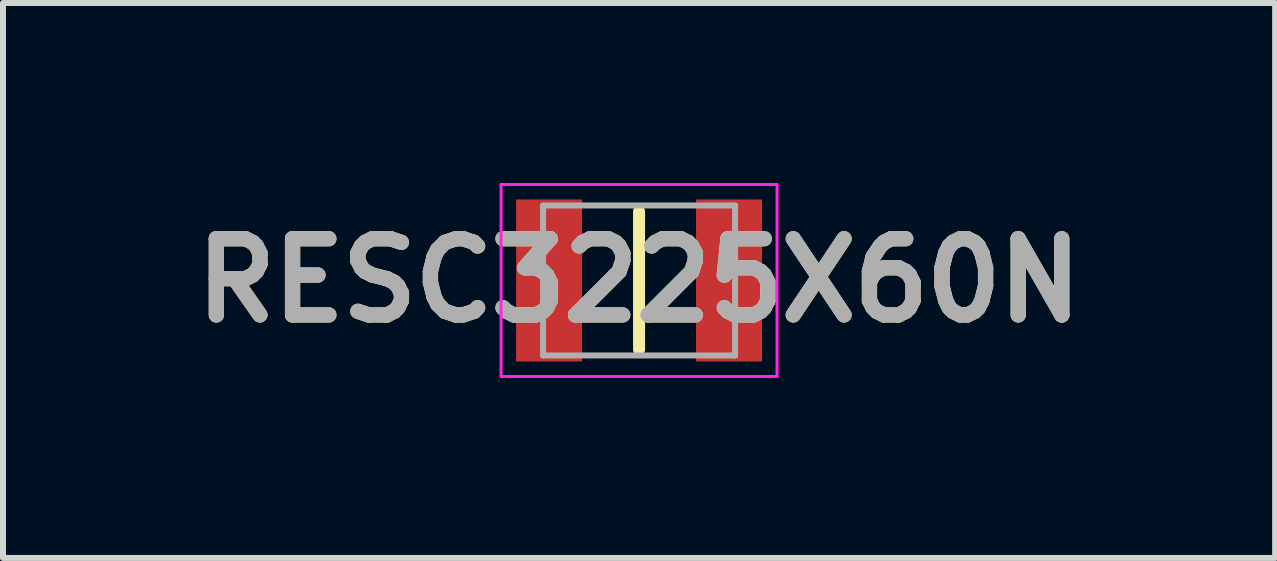
<source format=kicad_pcb>
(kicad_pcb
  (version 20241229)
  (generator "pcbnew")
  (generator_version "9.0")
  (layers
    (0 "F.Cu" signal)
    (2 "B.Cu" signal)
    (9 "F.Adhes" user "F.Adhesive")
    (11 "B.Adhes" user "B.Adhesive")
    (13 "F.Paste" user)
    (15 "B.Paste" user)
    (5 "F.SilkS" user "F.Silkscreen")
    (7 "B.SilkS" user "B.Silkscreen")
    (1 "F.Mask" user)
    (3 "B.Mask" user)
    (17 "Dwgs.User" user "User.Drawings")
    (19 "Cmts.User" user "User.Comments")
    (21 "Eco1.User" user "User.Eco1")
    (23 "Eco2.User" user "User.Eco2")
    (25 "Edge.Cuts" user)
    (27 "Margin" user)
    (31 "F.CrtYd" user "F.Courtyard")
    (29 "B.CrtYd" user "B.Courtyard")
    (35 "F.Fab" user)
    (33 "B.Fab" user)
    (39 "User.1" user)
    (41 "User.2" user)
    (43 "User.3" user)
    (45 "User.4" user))
  (footprint "RESC3225X60N"
    (layer "F.Cu")
    (at 7.602 1.625)
    (property "Reference" "RESC3225X60N" (at 0 0 0) (layer "F.SilkS") (effects (font (size 1.27 1.27) (thickness 0.254))))
    (attr smd)
    (fp_line (start 0 -1.15) (end 0 1.15) (stroke (width 0.2) (type solid)) (layer "F.SilkS"))
    (fp_line (start -2.3 -1.6) (end 2.3 -1.6) (stroke (width 0.05) (type solid)) (layer "F.CrtYd"))
    (fp_line (start -2.3 1.6) (end -2.3 -1.6) (stroke (width 0.05) (type solid)) (layer "F.CrtYd"))
    (fp_line (start 2.3 -1.6) (end 2.3 1.6) (stroke (width 0.05) (type solid)) (layer "F.CrtYd"))
    (fp_line (start 2.3 1.6) (end -2.3 1.6) (stroke (width 0.05) (type solid)) (layer "F.CrtYd"))
    (fp_line (start -1.6 -1.25) (end 1.6 -1.25) (stroke (width 0.1) (type solid)) (layer "F.Fab"))
    (fp_line (start -1.6 1.25) (end -1.6 -1.25) (stroke (width 0.1) (type solid)) (layer "F.Fab"))
    (fp_line (start 1.6 -1.25) (end 1.6 1.25) (stroke (width 0.1) (type solid)) (layer "F.Fab"))
    (fp_line (start 1.6 1.25) (end -1.6 1.25) (stroke (width 0.1) (type solid)) (layer "F.Fab"))
    (fp_text user "${REFERENCE}" (at 0 0 0) (layer "F.Fab") (effects (font (size 1.27 1.27) (thickness 0.254))))
    (pad "1" smd rect (at -1.5 0) (size 1.1 2.7) (layers "F.Cu" "F.Mask" "F.Paste"))
    (pad "2" smd rect (at 1.5 0) (size 1.1 2.7) (layers "F.Cu" "F.Mask" "F.Paste")))
  (gr_rect
    (start -3 -3)
    (end 18.204 6.25)
    (stroke (width 0.1) (type default))
    (fill no)
    (layer "Edge.Cuts")))
</source>
